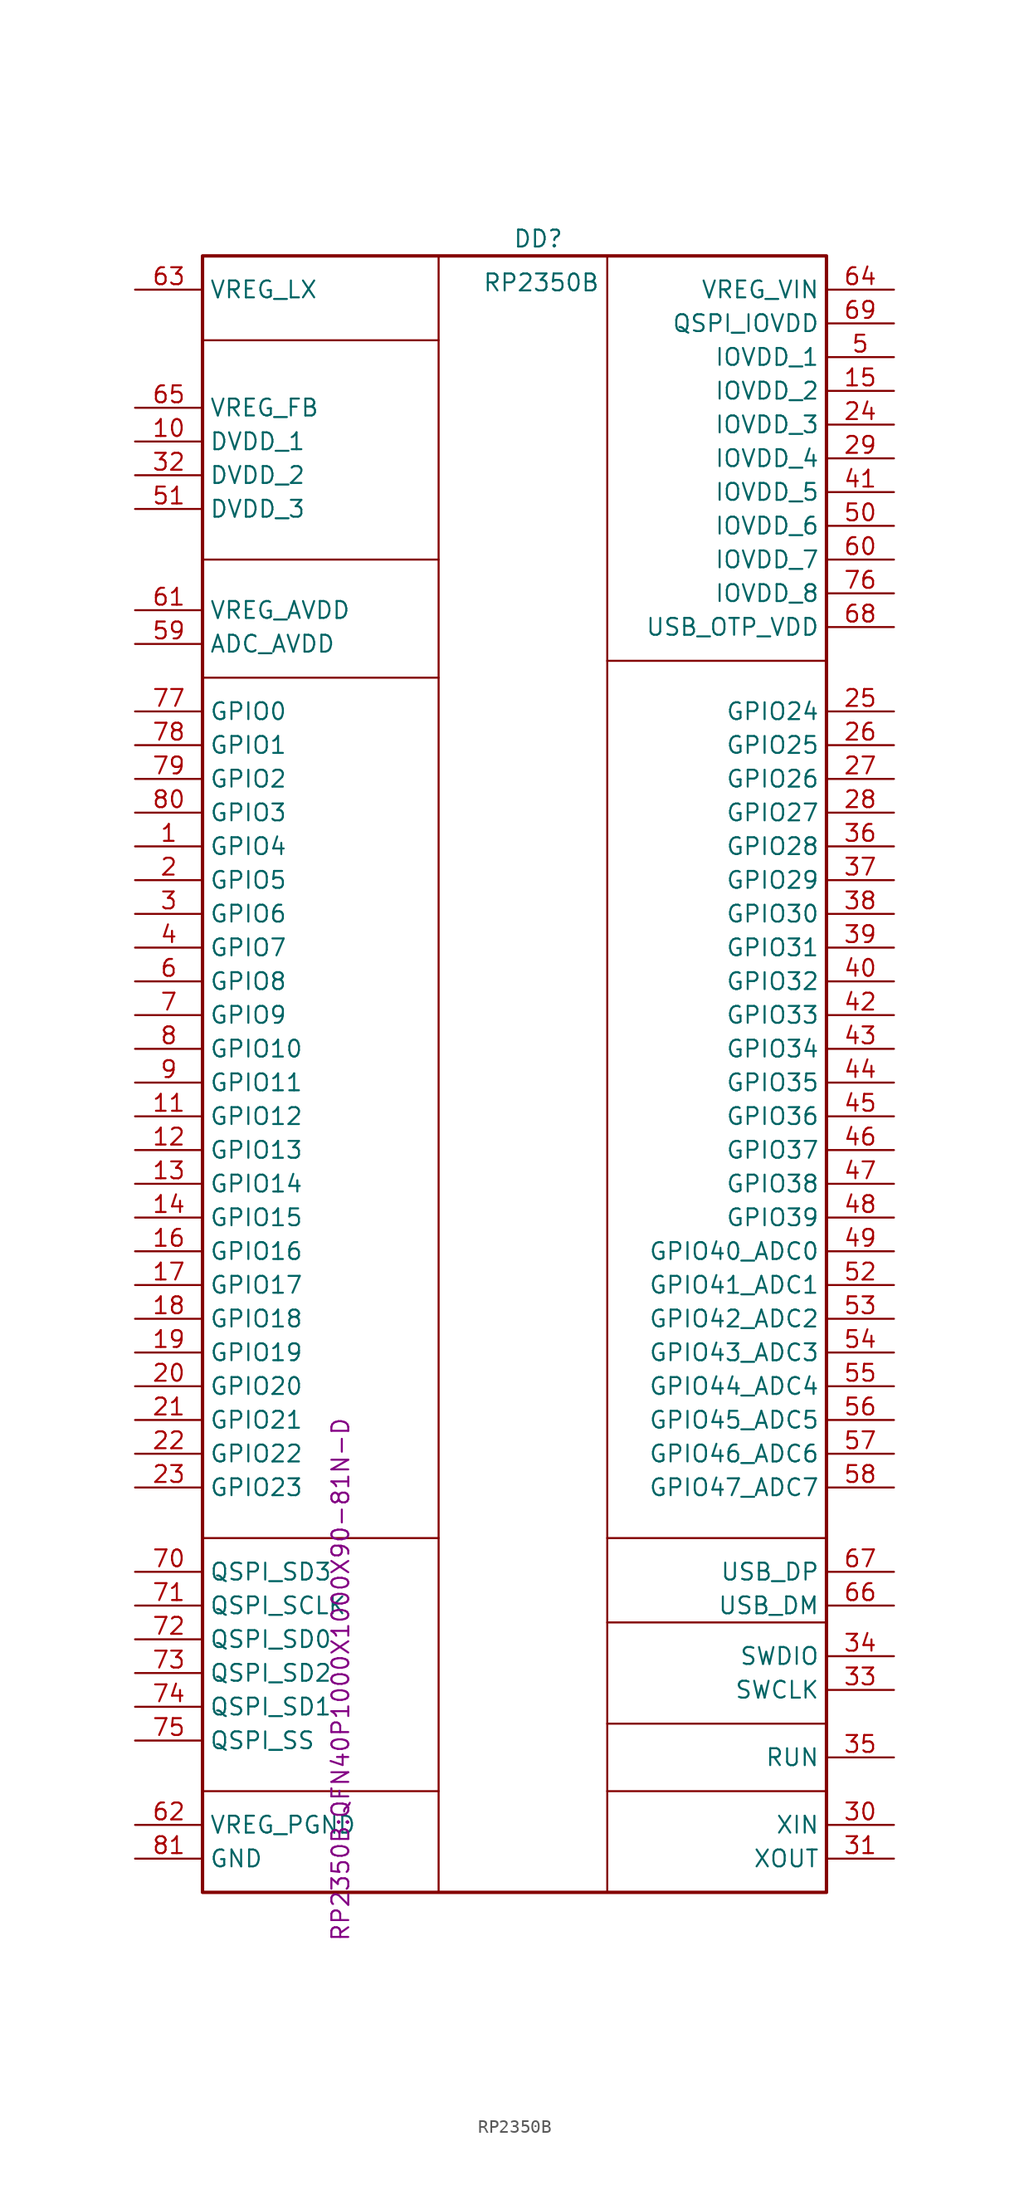
<source format=kicad_sym>
(kicad_symbol_lib
  (version 20241209)
  (generator "kicad_symbol_editor")
  (generator_version "9.0")
  (symbol "RP2350B"
    (property "Reference" "DD"
      (at 33.528 22.352 0)
      (effects (font (size 1.27 1.27)) (justify left top)))
    (property "Value" "RP2350B"
      (at 31.242 19.05 0)
      (effects (font (size 1.27 1.27)) (justify left top)))
    (property "Footprint" "RP2350B:QFN40P1000X1000X90-81N-D"
      (at 19.812 -67.056 90)
      (effects (font (size 1.27 1.27)) (justify right top)))
    (symbol "RP2350B_1_1"
      (rectangle (start 10.16 20.32) (end 57.15 -102.87) (stroke (width 0.254) (type solid)) (fill (type none)))
      (polyline (pts (xy 10.16 13.97) (xy 27.94 13.97)) (stroke (width 0) (type default)) (fill (type none)))
      (polyline (pts (xy 10.16 -2.54) (xy 27.94 -2.54)) (stroke (width 0) (type default)) (fill (type none)))
      (polyline (pts (xy 10.16 -11.43) (xy 27.94 -11.43)) (stroke (width 0) (type default)) (fill (type none)))
      (polyline (pts (xy 10.16 -76.2) (xy 27.94 -76.2)) (stroke (width 0) (type default)) (fill (type none)))
      (polyline (pts (xy 10.16 -95.25) (xy 27.94 -95.25)) (stroke (width 0) (type default)) (fill (type none)))
      (polyline (pts (xy 27.94 20.32) (xy 27.94 -102.87)) (stroke (width 0) (type default)) (fill (type none)))
      (polyline (pts (xy 40.64 20.32) (xy 40.64 -102.87)) (stroke (width 0) (type default)) (fill (type none)))
      (polyline (pts (xy 40.64 -10.16) (xy 57.15 -10.16)) (stroke (width 0) (type default)) (fill (type none)))
      (polyline (pts (xy 40.64 -76.2) (xy 57.15 -76.2)) (stroke (width 0) (type default)) (fill (type none)))
      (polyline (pts (xy 40.64 -82.55) (xy 57.15 -82.55)) (stroke (width 0) (type default)) (fill (type none)))
      (polyline (pts (xy 40.64 -90.17) (xy 57.15 -90.17)) (stroke (width 0) (type default)) (fill (type none)))
      (polyline (pts (xy 40.64 -95.25) (xy 57.15 -95.25)) (stroke (width 0) (type default)) (fill (type none)))
      (pin passive line (at 5.08 17.78 0) (length 5.08) (name "VREG_LX" (effects (font (size 1.27 1.27)))) (number "63" (effects (font (size 1.27 1.27)))))
      (pin passive line (at 5.08 8.89 0) (length 5.08) (name "VREG_FB" (effects (font (size 1.27 1.27)))) (number "65" (effects (font (size 1.27 1.27)))))
      (pin passive line (at 5.08 6.35 0) (length 5.08) (name "DVDD_1" (effects (font (size 1.27 1.27)))) (number "10" (effects (font (size 1.27 1.27)))))
      (pin passive line (at 5.08 3.81 0) (length 5.08) (name "DVDD_2" (effects (font (size 1.27 1.27)))) (number "32" (effects (font (size 1.27 1.27)))))
      (pin passive line (at 5.08 1.27 0) (length 5.08) (name "DVDD_3" (effects (font (size 1.27 1.27)))) (number "51" (effects (font (size 1.27 1.27)))))
      (pin passive line (at 5.08 -6.35 0) (length 5.08) (name "VREG_AVDD" (effects (font (size 1.27 1.27)))) (number "61" (effects (font (size 1.27 1.27)))))
      (pin passive line (at 5.08 -8.89 0) (length 5.08) (name "ADC_AVDD" (effects (font (size 1.27 1.27)))) (number "59" (effects (font (size 1.27 1.27)))))
      (pin passive line (at 5.08 -13.97 0) (length 5.08) (name "GPIO0" (effects (font (size 1.27 1.27)))) (number "77" (effects (font (size 1.27 1.27)))))
      (pin passive line (at 5.08 -16.51 0) (length 5.08) (name "GPIO1" (effects (font (size 1.27 1.27)))) (number "78" (effects (font (size 1.27 1.27)))))
      (pin passive line (at 5.08 -19.05 0) (length 5.08) (name "GPIO2" (effects (font (size 1.27 1.27)))) (number "79" (effects (font (size 1.27 1.27)))))
      (pin passive line (at 5.08 -21.59 0) (length 5.08) (name "GPIO3" (effects (font (size 1.27 1.27)))) (number "80" (effects (font (size 1.27 1.27)))))
      (pin passive line (at 5.08 -24.13 0) (length 5.08) (name "GPIO4" (effects (font (size 1.27 1.27)))) (number "1" (effects (font (size 1.27 1.27)))))
      (pin passive line (at 5.08 -26.67 0) (length 5.08) (name "GPIO5" (effects (font (size 1.27 1.27)))) (number "2" (effects (font (size 1.27 1.27)))))
      (pin passive line (at 5.08 -29.21 0) (length 5.08) (name "GPIO6" (effects (font (size 1.27 1.27)))) (number "3" (effects (font (size 1.27 1.27)))))
      (pin passive line (at 5.08 -31.75 0) (length 5.08) (name "GPIO7" (effects (font (size 1.27 1.27)))) (number "4" (effects (font (size 1.27 1.27)))))
      (pin passive line (at 5.08 -34.29 0) (length 5.08) (name "GPIO8" (effects (font (size 1.27 1.27)))) (number "6" (effects (font (size 1.27 1.27)))))
      (pin passive line (at 5.08 -36.83 0) (length 5.08) (name "GPIO9" (effects (font (size 1.27 1.27)))) (number "7" (effects (font (size 1.27 1.27)))))
      (pin passive line (at 5.08 -39.37 0) (length 5.08) (name "GPIO10" (effects (font (size 1.27 1.27)))) (number "8" (effects (font (size 1.27 1.27)))))
      (pin passive line (at 5.08 -41.91 0) (length 5.08) (name "GPIO11" (effects (font (size 1.27 1.27)))) (number "9" (effects (font (size 1.27 1.27)))))
      (pin passive line (at 5.08 -44.45 0) (length 5.08) (name "GPIO12" (effects (font (size 1.27 1.27)))) (number "11" (effects (font (size 1.27 1.27)))))
      (pin passive line (at 5.08 -46.99 0) (length 5.08) (name "GPIO13" (effects (font (size 1.27 1.27)))) (number "12" (effects (font (size 1.27 1.27)))))
      (pin passive line (at 5.08 -49.53 0) (length 5.08) (name "GPIO14" (effects (font (size 1.27 1.27)))) (number "13" (effects (font (size 1.27 1.27)))))
      (pin passive line (at 5.08 -52.07 0) (length 5.08) (name "GPIO15" (effects (font (size 1.27 1.27)))) (number "14" (effects (font (size 1.27 1.27)))))
      (pin passive line (at 5.08 -54.61 0) (length 5.08) (name "GPIO16" (effects (font (size 1.27 1.27)))) (number "16" (effects (font (size 1.27 1.27)))))
      (pin passive line (at 5.08 -57.15 0) (length 5.08) (name "GPIO17" (effects (font (size 1.27 1.27)))) (number "17" (effects (font (size 1.27 1.27)))))
      (pin passive line (at 5.08 -59.69 0) (length 5.08) (name "GPIO18" (effects (font (size 1.27 1.27)))) (number "18" (effects (font (size 1.27 1.27)))))
      (pin passive line (at 5.08 -62.23 0) (length 5.08) (name "GPIO19" (effects (font (size 1.27 1.27)))) (number "19" (effects (font (size 1.27 1.27)))))
      (pin passive line (at 5.08 -64.77 0) (length 5.08) (name "GPIO20" (effects (font (size 1.27 1.27)))) (number "20" (effects (font (size 1.27 1.27)))))
      (pin passive line (at 5.08 -67.31 0) (length 5.08) (name "GPIO21" (effects (font (size 1.27 1.27)))) (number "21" (effects (font (size 1.27 1.27)))))
      (pin passive line (at 5.08 -69.85 0) (length 5.08) (name "GPIO22" (effects (font (size 1.27 1.27)))) (number "22" (effects (font (size 1.27 1.27)))))
      (pin passive line (at 5.08 -72.39 0) (length 5.08) (name "GPIO23" (effects (font (size 1.27 1.27)))) (number "23" (effects (font (size 1.27 1.27)))))
      (pin passive line (at 5.08 -78.74 0) (length 5.08) (name "QSPI_SD3" (effects (font (size 1.27 1.27)))) (number "70" (effects (font (size 1.27 1.27)))))
      (pin passive line (at 5.08 -81.28 0) (length 5.08) (name "QSPI_SCLK" (effects (font (size 1.27 1.27)))) (number "71" (effects (font (size 1.27 1.27)))))
      (pin passive line (at 5.08 -83.82 0) (length 5.08) (name "QSPI_SD0" (effects (font (size 1.27 1.27)))) (number "72" (effects (font (size 1.27 1.27)))))
      (pin passive line (at 5.08 -86.36 0) (length 5.08) (name "QSPI_SD2" (effects (font (size 1.27 1.27)))) (number "73" (effects (font (size 1.27 1.27)))))
      (pin passive line (at 5.08 -88.9 0) (length 5.08) (name "QSPI_SD1" (effects (font (size 1.27 1.27)))) (number "74" (effects (font (size 1.27 1.27)))))
      (pin passive line (at 5.08 -91.44 0) (length 5.08) (name "QSPI_SS" (effects (font (size 1.27 1.27)))) (number "75" (effects (font (size 1.27 1.27)))))
      (pin passive line (at 5.08 -97.79 0) (length 5.08) (name "VREG_PGND" (effects (font (size 1.27 1.27)))) (number "62" (effects (font (size 1.27 1.27)))))
      (pin passive line (at 5.08 -100.33 0) (length 5.08) (name "GND" (effects (font (size 1.27 1.27)))) (number "81" (effects (font (size 1.27 1.27)))))
      (pin passive line (at 62.23 17.78 180) (length 5.08) (name "VREG_VIN" (effects (font (size 1.27 1.27)))) (number "64" (effects (font (size 1.27 1.27)))))
      (pin passive line (at 62.23 15.24 180) (length 5.08) (name "QSPI_IOVDD" (effects (font (size 1.27 1.27)))) (number "69" (effects (font (size 1.27 1.27)))))
      (pin passive line (at 62.23 12.7 180) (length 5.08) (name "IOVDD_1" (effects (font (size 1.27 1.27)))) (number "5" (effects (font (size 1.27 1.27)))))
      (pin passive line (at 62.23 10.16 180) (length 5.08) (name "IOVDD_2" (effects (font (size 1.27 1.27)))) (number "15" (effects (font (size 1.27 1.27)))))
      (pin passive line (at 62.23 7.62 180) (length 5.08) (name "IOVDD_3" (effects (font (size 1.27 1.27)))) (number "24" (effects (font (size 1.27 1.27)))))
      (pin passive line (at 62.23 5.08 180) (length 5.08) (name "IOVDD_4" (effects (font (size 1.27 1.27)))) (number "29" (effects (font (size 1.27 1.27)))))
      (pin passive line (at 62.23 2.54 180) (length 5.08) (name "IOVDD_5" (effects (font (size 1.27 1.27)))) (number "41" (effects (font (size 1.27 1.27)))))
      (pin passive line (at 62.23 0 180) (length 5.08) (name "IOVDD_6" (effects (font (size 1.27 1.27)))) (number "50" (effects (font (size 1.27 1.27)))))
      (pin passive line (at 62.23 -2.54 180) (length 5.08) (name "IOVDD_7" (effects (font (size 1.27 1.27)))) (number "60" (effects (font (size 1.27 1.27)))))
      (pin passive line (at 62.23 -5.08 180) (length 5.08) (name "IOVDD_8" (effects (font (size 1.27 1.27)))) (number "76" (effects (font (size 1.27 1.27)))))
      (pin passive line (at 62.23 -7.62 180) (length 5.08) (name "USB_OTP_VDD" (effects (font (size 1.27 1.27)))) (number "68" (effects (font (size 1.27 1.27)))))
      (pin passive line (at 62.23 -13.97 180) (length 5.08) (name "GPIO24" (effects (font (size 1.27 1.27)))) (number "25" (effects (font (size 1.27 1.27)))))
      (pin passive line (at 62.23 -16.51 180) (length 5.08) (name "GPIO25" (effects (font (size 1.27 1.27)))) (number "26" (effects (font (size 1.27 1.27)))))
      (pin passive line (at 62.23 -19.05 180) (length 5.08) (name "GPIO26" (effects (font (size 1.27 1.27)))) (number "27" (effects (font (size 1.27 1.27)))))
      (pin passive line (at 62.23 -21.59 180) (length 5.08) (name "GPIO27" (effects (font (size 1.27 1.27)))) (number "28" (effects (font (size 1.27 1.27)))))
      (pin passive line (at 62.23 -24.13 180) (length 5.08) (name "GPIO28" (effects (font (size 1.27 1.27)))) (number "36" (effects (font (size 1.27 1.27)))))
      (pin passive line (at 62.23 -26.67 180) (length 5.08) (name "GPIO29" (effects (font (size 1.27 1.27)))) (number "37" (effects (font (size 1.27 1.27)))))
      (pin passive line (at 62.23 -29.21 180) (length 5.08) (name "GPIO30" (effects (font (size 1.27 1.27)))) (number "38" (effects (font (size 1.27 1.27)))))
      (pin passive line (at 62.23 -31.75 180) (length 5.08) (name "GPIO31" (effects (font (size 1.27 1.27)))) (number "39" (effects (font (size 1.27 1.27)))))
      (pin passive line (at 62.23 -34.29 180) (length 5.08) (name "GPIO32" (effects (font (size 1.27 1.27)))) (number "40" (effects (font (size 1.27 1.27)))))
      (pin passive line (at 62.23 -36.83 180) (length 5.08) (name "GPIO33" (effects (font (size 1.27 1.27)))) (number "42" (effects (font (size 1.27 1.27)))))
      (pin passive line (at 62.23 -39.37 180) (length 5.08) (name "GPIO34" (effects (font (size 1.27 1.27)))) (number "43" (effects (font (size 1.27 1.27)))))
      (pin passive line (at 62.23 -41.91 180) (length 5.08) (name "GPIO35" (effects (font (size 1.27 1.27)))) (number "44" (effects (font (size 1.27 1.27)))))
      (pin passive line (at 62.23 -44.45 180) (length 5.08) (name "GPIO36" (effects (font (size 1.27 1.27)))) (number "45" (effects (font (size 1.27 1.27)))))
      (pin passive line (at 62.23 -46.99 180) (length 5.08) (name "GPIO37" (effects (font (size 1.27 1.27)))) (number "46" (effects (font (size 1.27 1.27)))))
      (pin passive line (at 62.23 -49.53 180) (length 5.08) (name "GPIO38" (effects (font (size 1.27 1.27)))) (number "47" (effects (font (size 1.27 1.27)))))
      (pin passive line (at 62.23 -52.07 180) (length 5.08) (name "GPIO39" (effects (font (size 1.27 1.27)))) (number "48" (effects (font (size 1.27 1.27)))))
      (pin passive line (at 62.23 -54.61 180) (length 5.08) (name "GPIO40_ADC0" (effects (font (size 1.27 1.27)))) (number "49" (effects (font (size 1.27 1.27)))))
      (pin passive line (at 62.23 -57.15 180) (length 5.08) (name "GPIO41_ADC1" (effects (font (size 1.27 1.27)))) (number "52" (effects (font (size 1.27 1.27)))))
      (pin passive line (at 62.23 -59.69 180) (length 5.08) (name "GPIO42_ADC2" (effects (font (size 1.27 1.27)))) (number "53" (effects (font (size 1.27 1.27)))))
      (pin passive line (at 62.23 -62.23 180) (length 5.08) (name "GPIO43_ADC3" (effects (font (size 1.27 1.27)))) (number "54" (effects (font (size 1.27 1.27)))))
      (pin passive line (at 62.23 -64.77 180) (length 5.08) (name "GPIO44_ADC4" (effects (font (size 1.27 1.27)))) (number "55" (effects (font (size 1.27 1.27)))))
      (pin passive line (at 62.23 -67.31 180) (length 5.08) (name "GPIO45_ADC5" (effects (font (size 1.27 1.27)))) (number "56" (effects (font (size 1.27 1.27)))))
      (pin passive line (at 62.23 -69.85 180) (length 5.08) (name "GPIO46_ADC6" (effects (font (size 1.27 1.27)))) (number "57" (effects (font (size 1.27 1.27)))))
      (pin passive line (at 62.23 -72.39 180) (length 5.08) (name "GPIO47_ADC7" (effects (font (size 1.27 1.27)))) (number "58" (effects (font (size 1.27 1.27)))))
      (pin passive line (at 62.23 -78.74 180) (length 5.08) (name "USB_DP" (effects (font (size 1.27 1.27)))) (number "67" (effects (font (size 1.27 1.27)))))
      (pin passive line (at 62.23 -81.28 180) (length 5.08) (name "USB_DM" (effects (font (size 1.27 1.27)))) (number "66" (effects (font (size 1.27 1.27)))))
      (pin passive line (at 62.23 -85.09 180) (length 5.08) (name "SWDIO" (effects (font (size 1.27 1.27)))) (number "34" (effects (font (size 1.27 1.27)))))
      (pin passive line (at 62.23 -87.63 180) (length 5.08) (name "SWCLK" (effects (font (size 1.27 1.27)))) (number "33" (effects (font (size 1.27 1.27)))))
      (pin passive line (at 62.23 -92.71 180) (length 5.08) (name "RUN" (effects (font (size 1.27 1.27)))) (number "35" (effects (font (size 1.27 1.27)))))
      (pin passive line (at 62.23 -97.79 180) (length 5.08) (name "XIN" (effects (font (size 1.27 1.27)))) (number "30" (effects (font (size 1.27 1.27)))))
      (pin passive line (at 62.23 -100.33 180) (length 5.08) (name "XOUT" (effects (font (size 1.27 1.27)))) (number "31" (effects (font (size 1.27 1.27))))))))
</source>
